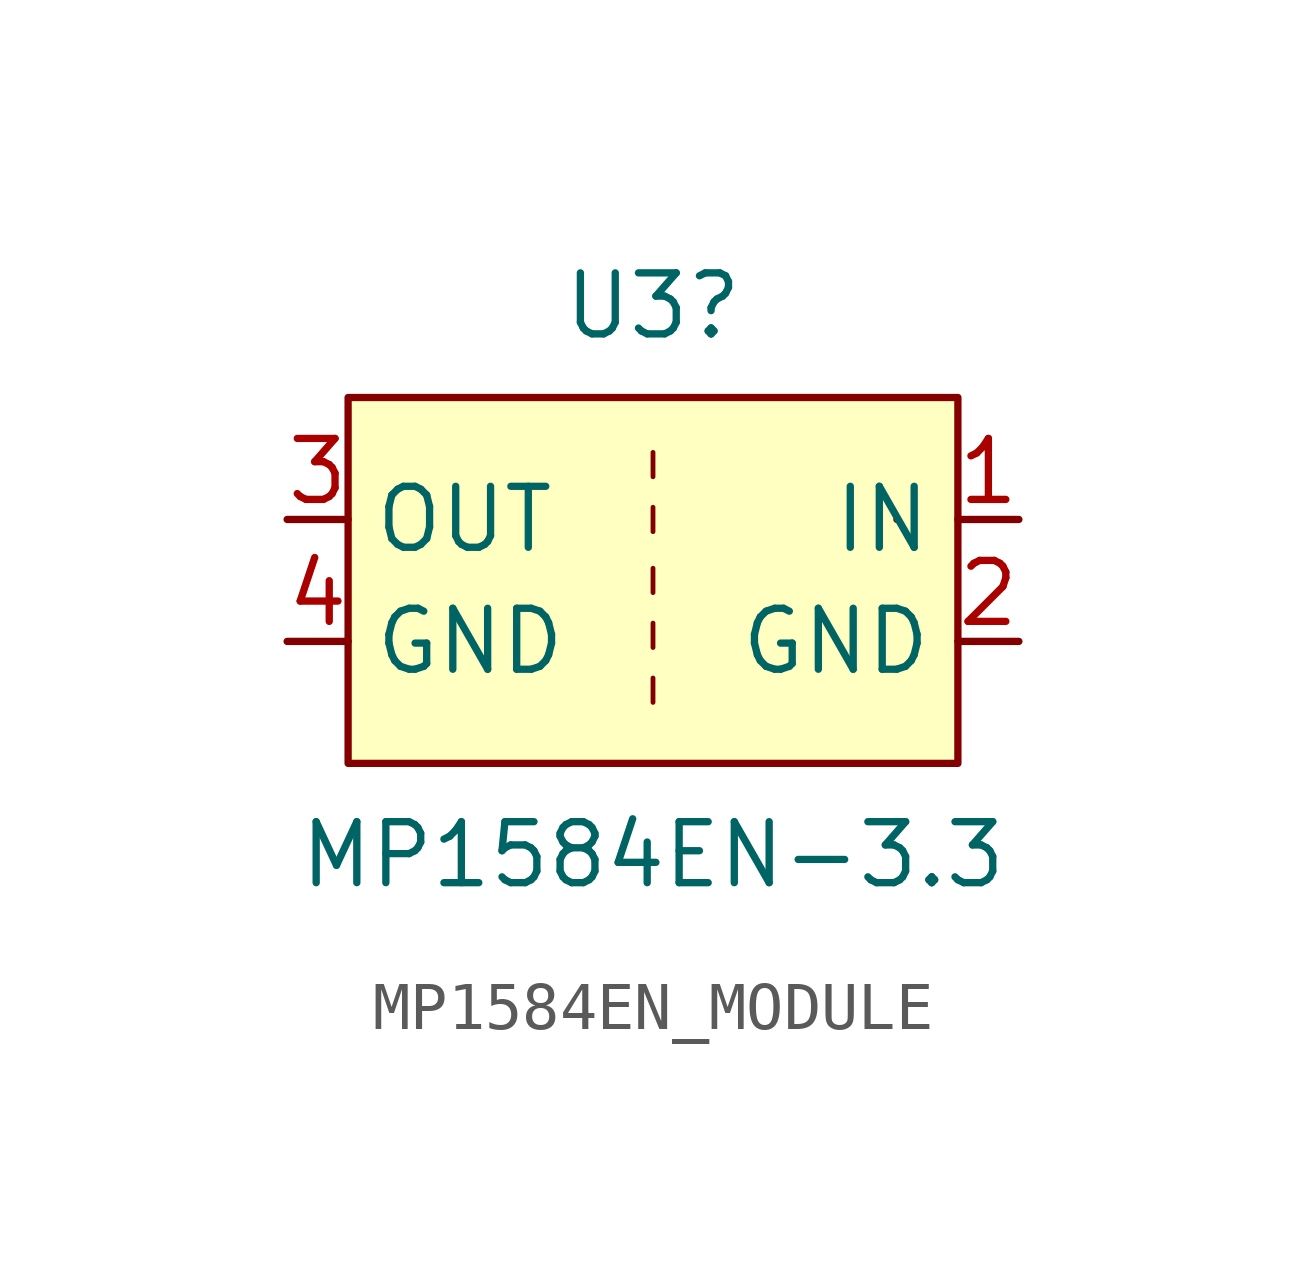
<source format=kicad_sym>
(kicad_symbol_lib
  (version 20220914)
  (generator kicad_symbol_editor)
  (symbol "MP1584EN_MODULE"
    (property "Reference" "U3"
      (at 0 -0.635 0)
      (effects (font (size 1.27 1.27))))
    (property "Value" "MP1584EN-3.3"
      (at 0 -12.065 0)
      (effects (font (size 1.27 1.27))))
    (symbol "MP1584EN_MODULE_0_1"
      (rectangle (start -6.35 -2.54) (end 6.35 -10.16) (stroke (width 0.152) (type default)) (fill (type background)))
      (polyline (pts (xy 0 -8.382) (xy 0 -8.89)) (stroke (width 0.1) (type default)) (fill (type none)))
      (polyline (pts (xy 0 -7.239) (xy 0 -7.747)) (stroke (width 0.1) (type default)) (fill (type none)))
      (polyline (pts (xy 0 -6.096) (xy 0 -6.604)) (stroke (width 0.1) (type default)) (fill (type none)))
      (polyline (pts (xy 0 -4.826) (xy 0 -5.334)) (stroke (width 0.1) (type default)) (fill (type none)))
      (polyline (pts (xy 0 -3.683) (xy 0 -4.191)) (stroke (width 0.1) (type default)) (fill (type none)))
      (rectangle (start 5.08 -5.08) (end 5.08 -5.08) (stroke (width 0.152) (type default)) (fill (type none))))
    (symbol "MP1584EN_MODULE_1_1"
      (pin passive line (at 7.62 -5.08 180) (length 1.27) (name "IN" (effects (font (size 1.27 1.27)))) (number "1" (effects (font (size 1.27 1.27)))))
      (pin passive line (at 7.62 -7.62 180) (length 1.27) (name "GND" (effects (font (size 1.27 1.27)))) (number "2" (effects (font (size 1.27 1.27)))))
      (pin passive line (at -7.62 -5.08 0) (length 1.27) (name "OUT" (effects (font (size 1.27 1.27)))) (number "3" (effects (font (size 1.27 1.27)))))
      (pin passive line (at -7.62 -7.62 0) (length 1.27) (name "GND" (effects (font (size 1.27 1.27)))) (number "4" (effects (font (size 1.27 1.27))))))))
</source>
